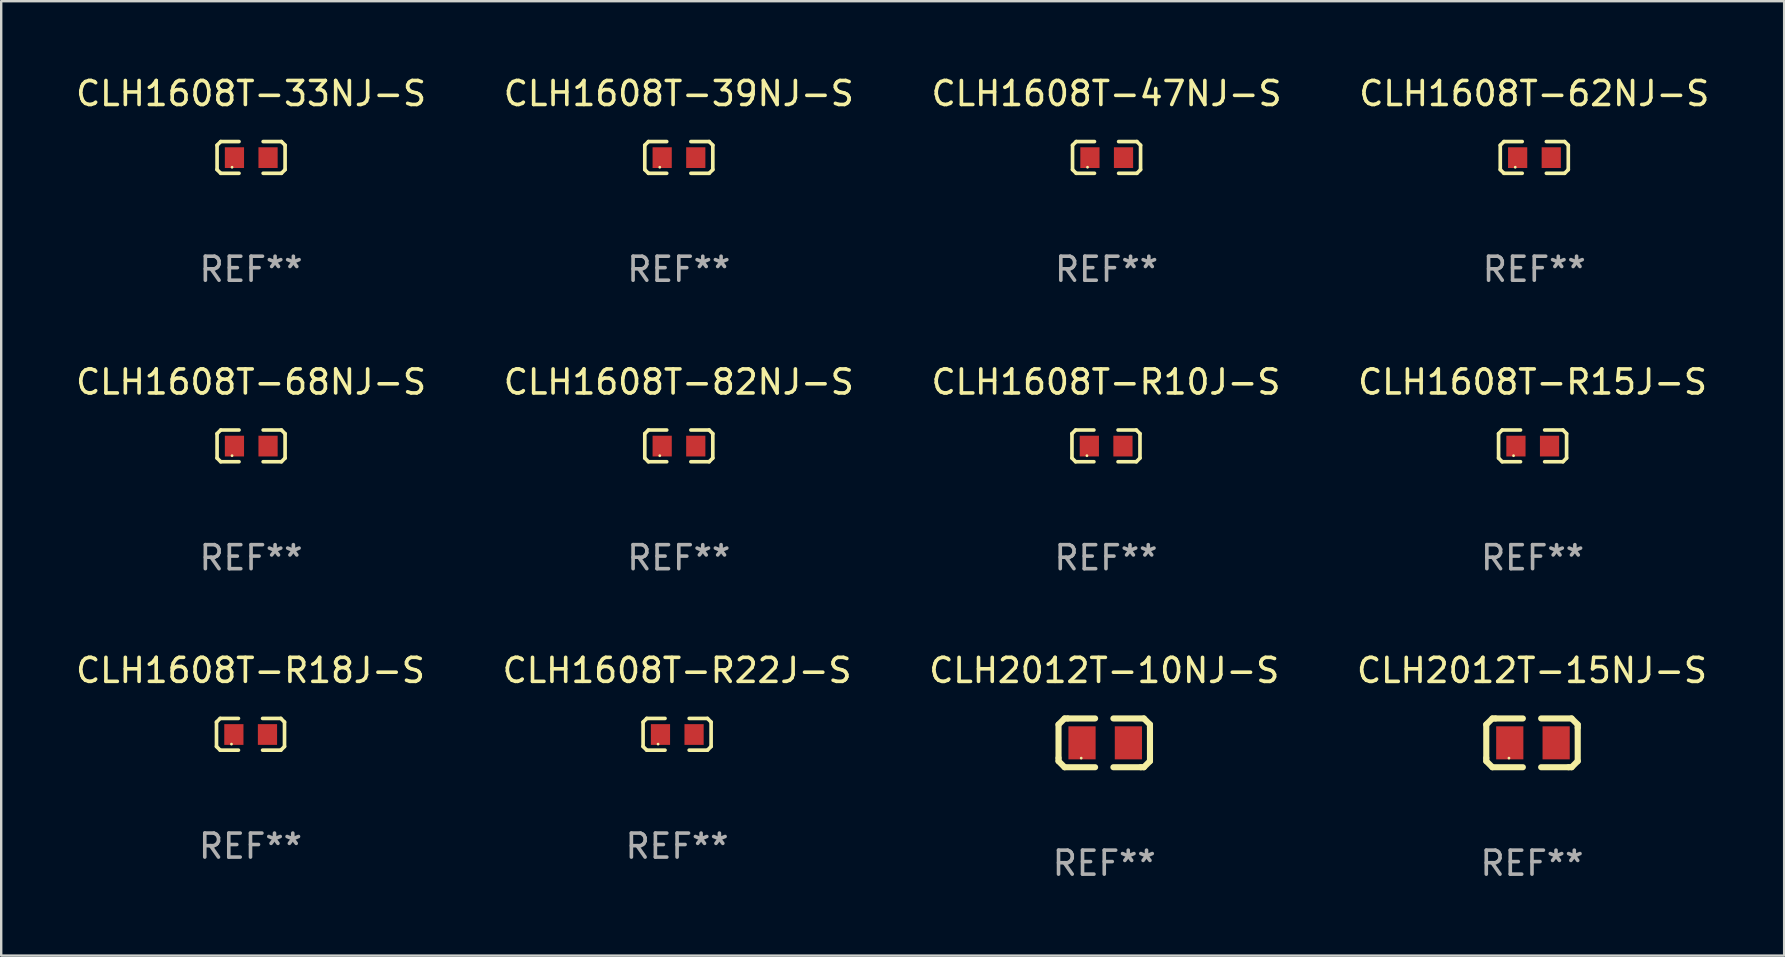
<source format=kicad_pcb>
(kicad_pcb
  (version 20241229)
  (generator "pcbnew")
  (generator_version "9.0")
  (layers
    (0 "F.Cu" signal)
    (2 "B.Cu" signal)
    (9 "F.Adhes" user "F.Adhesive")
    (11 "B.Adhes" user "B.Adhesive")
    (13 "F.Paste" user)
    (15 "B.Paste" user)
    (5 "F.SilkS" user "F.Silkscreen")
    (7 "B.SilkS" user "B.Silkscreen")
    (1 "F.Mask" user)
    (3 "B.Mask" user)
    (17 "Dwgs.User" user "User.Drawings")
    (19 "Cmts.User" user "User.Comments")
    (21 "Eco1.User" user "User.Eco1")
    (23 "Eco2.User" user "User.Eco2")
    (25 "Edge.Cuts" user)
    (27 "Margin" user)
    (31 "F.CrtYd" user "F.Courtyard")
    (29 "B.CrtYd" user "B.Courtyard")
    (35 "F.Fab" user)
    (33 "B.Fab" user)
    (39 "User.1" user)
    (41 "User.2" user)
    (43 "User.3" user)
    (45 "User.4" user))
  (footprint "CLH1608T-R15J-S"
    (layer "F.Cu")
    (at 60.804 15.527)
    (property "Reference" "CLH1608T-R15J-S" (at 0 -2.661 0) (layer "F.SilkS") (effects (font (size 1 1) (thickness 0.15))))
    (attr through_hole)
    (fp_line (start -1.417 -0.508) (end -1.265 -0.661) (stroke (width 0.152) (type solid)) (layer "F.SilkS"))
    (fp_line (start -1.417 0.508) (end -1.417 -0.508) (stroke (width 0.152) (type solid)) (layer "F.SilkS"))
    (fp_line (start -1.265 -0.661) (end -0.503 -0.661) (stroke (width 0.152) (type solid)) (layer "F.SilkS"))
    (fp_line (start -1.265 0.661) (end -1.417 0.508) (stroke (width 0.152) (type solid)) (layer "F.SilkS"))
    (fp_line (start -1.265 0.661) (end -0.503 0.661) (stroke (width 0.152) (type solid)) (layer "F.SilkS"))
    (fp_line (start 1.265 -0.661) (end 0.503 -0.661) (stroke (width 0.152) (type solid)) (layer "F.SilkS"))
    (fp_line (start 1.265 -0.661) (end 1.417 -0.508) (stroke (width 0.152) (type solid)) (layer "F.SilkS"))
    (fp_line (start 1.265 0.661) (end 0.503 0.661) (stroke (width 0.152) (type solid)) (layer "F.SilkS"))
    (fp_line (start 1.417 -0.508) (end 1.417 0.508) (stroke (width 0.152) (type solid)) (layer "F.SilkS"))
    (fp_line (start 1.417 0.508) (end 1.265 0.661) (stroke (width 0.152) (type solid)) (layer "F.SilkS"))
    (fp_circle (center -0.793 0.409) (end -0.763 0.409) (stroke (width 0.06) (type solid)) (fill no) (layer "F.SilkS"))
    (fp_text user "REF**" (at 0 4.661 0) (layer "F.Fab") (effects (font (size 1 1) (thickness 0.15))))
    (pad "1" smd rect (at -0.693 0.009 180) (size 0.8 0.864) (layers "F.Cu" "F.Mask" "F.Paste"))
    (pad "2" smd rect (at 0.707 0.009 180) (size 0.8 0.864) (layers "F.Cu" "F.Mask" "F.Paste")))
  (footprint "CLH2012T-15NJ-S"
    (layer "F.Cu")
    (at 60.78 27.9)
    (property "Reference" "CLH2012T-15NJ-S" (at 0 -3.016 0) (layer "F.SilkS") (effects (font (size 1 1) (thickness 0.15))))
    (attr through_hole)
    (fp_line (start -1.905 -0.762) (end -1.905 0.635) (stroke (width 0.254) (type solid)) (layer "F.SilkS"))
    (fp_line (start -1.905 0.635) (end -1.905 0.762) (stroke (width 0.254) (type solid)) (layer "F.SilkS"))
    (fp_line (start -1.905 0.762) (end -1.651 1.016) (stroke (width 0.254) (type solid)) (layer "F.SilkS"))
    (fp_line (start -1.651 -1.016) (end -1.905 -0.762) (stroke (width 0.254) (type solid)) (layer "F.SilkS"))
    (fp_line (start -1.651 1.016) (end -0.381 1.016) (stroke (width 0.254) (type solid)) (layer "F.SilkS"))
    (fp_line (start -1.524 -1.016) (end -1.651 -1.016) (stroke (width 0.254) (type solid)) (layer "F.SilkS"))
    (fp_line (start -0.381 -1.016) (end -1.524 -1.016) (stroke (width 0.254) (type solid)) (layer "F.SilkS"))
    (fp_line (start 0.381 1.016) (end 1.524 1.016) (stroke (width 0.254) (type solid)) (layer "F.SilkS"))
    (fp_line (start 1.524 1.016) (end 1.651 1.016) (stroke (width 0.254) (type solid)) (layer "F.SilkS"))
    (fp_line (start 1.651 -1.016) (end 0.381 -1.016) (stroke (width 0.254) (type solid)) (layer "F.SilkS"))
    (fp_line (start 1.651 1.016) (end 1.905 0.762) (stroke (width 0.254) (type solid)) (layer "F.SilkS"))
    (fp_line (start 1.905 -0.762) (end 1.651 -1.016) (stroke (width 0.254) (type solid)) (layer "F.SilkS"))
    (fp_line (start 1.905 -0.635) (end 1.905 -0.762) (stroke (width 0.254) (type solid)) (layer "F.SilkS"))
    (fp_line (start 1.905 0.762) (end 1.905 -0.635) (stroke (width 0.254) (type solid)) (layer "F.SilkS"))
    (fp_circle (center -0.96 0.637) (end -0.93 0.637) (stroke (width 0.06) (type solid)) (fill no) (layer "F.SilkS"))
    (fp_text user "REF**" (at 0 5.016 0) (layer "F.Fab") (effects (font (size 1 1) (thickness 0.15))))
    (pad "1" smd rect (at -0.926 -0.000051) (size 1.133 1.377) (layers "F.Cu" "F.Mask" "F.Paste"))
    (pad "2" smd rect (at 1.006 -0.000051) (size 1.133 1.377) (layers "F.Cu" "F.Mask" "F.Paste")))
  (footprint "CLH1608T-R22J-S"
    (layer "F.Cu")
    (at 25.161 27.544)
    (property "Reference" "CLH1608T-R22J-S" (at 0 -2.661 0) (layer "F.SilkS") (effects (font (size 1 1) (thickness 0.15))))
    (attr through_hole)
    (fp_line (start -1.417 -0.508) (end -1.265 -0.661) (stroke (width 0.152) (type solid)) (layer "F.SilkS"))
    (fp_line (start -1.417 0.508) (end -1.417 -0.508) (stroke (width 0.152) (type solid)) (layer "F.SilkS"))
    (fp_line (start -1.265 -0.661) (end -0.503 -0.661) (stroke (width 0.152) (type solid)) (layer "F.SilkS"))
    (fp_line (start -1.265 0.661) (end -1.417 0.508) (stroke (width 0.152) (type solid)) (layer "F.SilkS"))
    (fp_line (start -1.265 0.661) (end -0.503 0.661) (stroke (width 0.152) (type solid)) (layer "F.SilkS"))
    (fp_line (start 1.265 -0.661) (end 0.503 -0.661) (stroke (width 0.152) (type solid)) (layer "F.SilkS"))
    (fp_line (start 1.265 -0.661) (end 1.417 -0.508) (stroke (width 0.152) (type solid)) (layer "F.SilkS"))
    (fp_line (start 1.265 0.661) (end 0.503 0.661) (stroke (width 0.152) (type solid)) (layer "F.SilkS"))
    (fp_line (start 1.417 -0.508) (end 1.417 0.508) (stroke (width 0.152) (type solid)) (layer "F.SilkS"))
    (fp_line (start 1.417 0.508) (end 1.265 0.661) (stroke (width 0.152) (type solid)) (layer "F.SilkS"))
    (fp_circle (center -0.793 0.409) (end -0.763 0.409) (stroke (width 0.06) (type solid)) (fill no) (layer "F.SilkS"))
    (fp_text user "REF**" (at 0 4.661 0) (layer "F.Fab") (effects (font (size 1 1) (thickness 0.15))))
    (pad "1" smd rect (at -0.693 0.009 180) (size 0.8 0.864) (layers "F.Cu" "F.Mask" "F.Paste"))
    (pad "2" smd rect (at 0.707 0.009 180) (size 0.8 0.864) (layers "F.Cu" "F.Mask" "F.Paste")))
  (footprint "CLH1608T-33NJ-S"
    (layer "F.Cu")
    (at 7.411 3.509)
    (property "Reference" "CLH1608T-33NJ-S" (at 0 -2.661 0) (layer "F.SilkS") (effects (font (size 1 1) (thickness 0.15))))
    (attr through_hole)
    (fp_line (start -1.417 -0.508) (end -1.265 -0.661) (stroke (width 0.152) (type solid)) (layer "F.SilkS"))
    (fp_line (start -1.417 0.508) (end -1.417 -0.508) (stroke (width 0.152) (type solid)) (layer "F.SilkS"))
    (fp_line (start -1.265 -0.661) (end -0.503 -0.661) (stroke (width 0.152) (type solid)) (layer "F.SilkS"))
    (fp_line (start -1.265 0.661) (end -1.417 0.508) (stroke (width 0.152) (type solid)) (layer "F.SilkS"))
    (fp_line (start -1.265 0.661) (end -0.503 0.661) (stroke (width 0.152) (type solid)) (layer "F.SilkS"))
    (fp_line (start 1.265 -0.661) (end 0.503 -0.661) (stroke (width 0.152) (type solid)) (layer "F.SilkS"))
    (fp_line (start 1.265 -0.661) (end 1.417 -0.508) (stroke (width 0.152) (type solid)) (layer "F.SilkS"))
    (fp_line (start 1.265 0.661) (end 0.503 0.661) (stroke (width 0.152) (type solid)) (layer "F.SilkS"))
    (fp_line (start 1.417 -0.508) (end 1.417 0.508) (stroke (width 0.152) (type solid)) (layer "F.SilkS"))
    (fp_line (start 1.417 0.508) (end 1.265 0.661) (stroke (width 0.152) (type solid)) (layer "F.SilkS"))
    (fp_circle (center -0.793 0.409) (end -0.763 0.409) (stroke (width 0.06) (type solid)) (fill no) (layer "F.SilkS"))
    (fp_text user "REF**" (at 0 4.661 0) (layer "F.Fab") (effects (font (size 1 1) (thickness 0.15))))
    (pad "1" smd rect (at -0.693 0.009 180) (size 0.8 0.864) (layers "F.Cu" "F.Mask" "F.Paste"))
    (pad "2" smd rect (at 0.707 0.009 180) (size 0.8 0.864) (layers "F.Cu" "F.Mask" "F.Paste")))
  (footprint "CLH1608T-R18J-S"
    (layer "F.Cu")
    (at 7.387 27.544)
    (property "Reference" "CLH1608T-R18J-S" (at 0 -2.661 0) (layer "F.SilkS") (effects (font (size 1 1) (thickness 0.15))))
    (attr through_hole)
    (fp_line (start -1.417 -0.508) (end -1.265 -0.661) (stroke (width 0.152) (type solid)) (layer "F.SilkS"))
    (fp_line (start -1.417 0.508) (end -1.417 -0.508) (stroke (width 0.152) (type solid)) (layer "F.SilkS"))
    (fp_line (start -1.265 -0.661) (end -0.503 -0.661) (stroke (width 0.152) (type solid)) (layer "F.SilkS"))
    (fp_line (start -1.265 0.661) (end -1.417 0.508) (stroke (width 0.152) (type solid)) (layer "F.SilkS"))
    (fp_line (start -1.265 0.661) (end -0.503 0.661) (stroke (width 0.152) (type solid)) (layer "F.SilkS"))
    (fp_line (start 1.265 -0.661) (end 0.503 -0.661) (stroke (width 0.152) (type solid)) (layer "F.SilkS"))
    (fp_line (start 1.265 -0.661) (end 1.417 -0.508) (stroke (width 0.152) (type solid)) (layer "F.SilkS"))
    (fp_line (start 1.265 0.661) (end 0.503 0.661) (stroke (width 0.152) (type solid)) (layer "F.SilkS"))
    (fp_line (start 1.417 -0.508) (end 1.417 0.508) (stroke (width 0.152) (type solid)) (layer "F.SilkS"))
    (fp_line (start 1.417 0.508) (end 1.265 0.661) (stroke (width 0.152) (type solid)) (layer "F.SilkS"))
    (fp_circle (center -0.793 0.409) (end -0.763 0.409) (stroke (width 0.06) (type solid)) (fill no) (layer "F.SilkS"))
    (fp_text user "REF**" (at 0 4.661 0) (layer "F.Fab") (effects (font (size 1 1) (thickness 0.15))))
    (pad "1" smd rect (at -0.693 0.009 180) (size 0.8 0.864) (layers "F.Cu" "F.Mask" "F.Paste"))
    (pad "2" smd rect (at 0.707 0.009 180) (size 0.8 0.864) (layers "F.Cu" "F.Mask" "F.Paste")))
  (footprint "CLH1608T-62NJ-S"
    (layer "F.Cu")
    (at 60.875 3.509)
    (property "Reference" "CLH1608T-62NJ-S" (at 0 -2.661 0) (layer "F.SilkS") (effects (font (size 1 1) (thickness 0.15))))
    (attr through_hole)
    (fp_line (start -1.417 -0.508) (end -1.265 -0.661) (stroke (width 0.152) (type solid)) (layer "F.SilkS"))
    (fp_line (start -1.417 0.508) (end -1.417 -0.508) (stroke (width 0.152) (type solid)) (layer "F.SilkS"))
    (fp_line (start -1.265 -0.661) (end -0.503 -0.661) (stroke (width 0.152) (type solid)) (layer "F.SilkS"))
    (fp_line (start -1.265 0.661) (end -1.417 0.508) (stroke (width 0.152) (type solid)) (layer "F.SilkS"))
    (fp_line (start -1.265 0.661) (end -0.503 0.661) (stroke (width 0.152) (type solid)) (layer "F.SilkS"))
    (fp_line (start 1.265 -0.661) (end 0.503 -0.661) (stroke (width 0.152) (type solid)) (layer "F.SilkS"))
    (fp_line (start 1.265 -0.661) (end 1.417 -0.508) (stroke (width 0.152) (type solid)) (layer "F.SilkS"))
    (fp_line (start 1.265 0.661) (end 0.503 0.661) (stroke (width 0.152) (type solid)) (layer "F.SilkS"))
    (fp_line (start 1.417 -0.508) (end 1.417 0.508) (stroke (width 0.152) (type solid)) (layer "F.SilkS"))
    (fp_line (start 1.417 0.508) (end 1.265 0.661) (stroke (width 0.152) (type solid)) (layer "F.SilkS"))
    (fp_circle (center -0.793 0.409) (end -0.763 0.409) (stroke (width 0.06) (type solid)) (fill no) (layer "F.SilkS"))
    (fp_text user "REF**" (at 0 4.661 0) (layer "F.Fab") (effects (font (size 1 1) (thickness 0.15))))
    (pad "1" smd rect (at -0.693 0.009 180) (size 0.8 0.864) (layers "F.Cu" "F.Mask" "F.Paste"))
    (pad "2" smd rect (at 0.707 0.009 180) (size 0.8 0.864) (layers "F.Cu" "F.Mask" "F.Paste")))
  (footprint "CLH1608T-R10J-S"
    (layer "F.Cu")
    (at 43.03 15.527)
    (property "Reference" "CLH1608T-R10J-S" (at 0 -2.661 0) (layer "F.SilkS") (effects (font (size 1 1) (thickness 0.15))))
    (attr through_hole)
    (fp_line (start -1.417 -0.508) (end -1.265 -0.661) (stroke (width 0.152) (type solid)) (layer "F.SilkS"))
    (fp_line (start -1.417 0.508) (end -1.417 -0.508) (stroke (width 0.152) (type solid)) (layer "F.SilkS"))
    (fp_line (start -1.265 -0.661) (end -0.503 -0.661) (stroke (width 0.152) (type solid)) (layer "F.SilkS"))
    (fp_line (start -1.265 0.661) (end -1.417 0.508) (stroke (width 0.152) (type solid)) (layer "F.SilkS"))
    (fp_line (start -1.265 0.661) (end -0.503 0.661) (stroke (width 0.152) (type solid)) (layer "F.SilkS"))
    (fp_line (start 1.265 -0.661) (end 0.503 -0.661) (stroke (width 0.152) (type solid)) (layer "F.SilkS"))
    (fp_line (start 1.265 -0.661) (end 1.417 -0.508) (stroke (width 0.152) (type solid)) (layer "F.SilkS"))
    (fp_line (start 1.265 0.661) (end 0.503 0.661) (stroke (width 0.152) (type solid)) (layer "F.SilkS"))
    (fp_line (start 1.417 -0.508) (end 1.417 0.508) (stroke (width 0.152) (type solid)) (layer "F.SilkS"))
    (fp_line (start 1.417 0.508) (end 1.265 0.661) (stroke (width 0.152) (type solid)) (layer "F.SilkS"))
    (fp_circle (center -0.793 0.409) (end -0.763 0.409) (stroke (width 0.06) (type solid)) (fill no) (layer "F.SilkS"))
    (fp_text user "REF**" (at 0 4.661 0) (layer "F.Fab") (effects (font (size 1 1) (thickness 0.15))))
    (pad "1" smd rect (at -0.693 0.009 180) (size 0.8 0.864) (layers "F.Cu" "F.Mask" "F.Paste"))
    (pad "2" smd rect (at 0.707 0.009 180) (size 0.8 0.864) (layers "F.Cu" "F.Mask" "F.Paste")))
  (footprint "CLH1608T-68NJ-S"
    (layer "F.Cu")
    (at 7.411 15.527)
    (property "Reference" "CLH1608T-68NJ-S" (at 0 -2.661 0) (layer "F.SilkS") (effects (font (size 1 1) (thickness 0.15))))
    (attr through_hole)
    (fp_line (start -1.417 -0.508) (end -1.265 -0.661) (stroke (width 0.152) (type solid)) (layer "F.SilkS"))
    (fp_line (start -1.417 0.508) (end -1.417 -0.508) (stroke (width 0.152) (type solid)) (layer "F.SilkS"))
    (fp_line (start -1.265 -0.661) (end -0.503 -0.661) (stroke (width 0.152) (type solid)) (layer "F.SilkS"))
    (fp_line (start -1.265 0.661) (end -1.417 0.508) (stroke (width 0.152) (type solid)) (layer "F.SilkS"))
    (fp_line (start -1.265 0.661) (end -0.503 0.661) (stroke (width 0.152) (type solid)) (layer "F.SilkS"))
    (fp_line (start 1.265 -0.661) (end 0.503 -0.661) (stroke (width 0.152) (type solid)) (layer "F.SilkS"))
    (fp_line (start 1.265 -0.661) (end 1.417 -0.508) (stroke (width 0.152) (type solid)) (layer "F.SilkS"))
    (fp_line (start 1.265 0.661) (end 0.503 0.661) (stroke (width 0.152) (type solid)) (layer "F.SilkS"))
    (fp_line (start 1.417 -0.508) (end 1.417 0.508) (stroke (width 0.152) (type solid)) (layer "F.SilkS"))
    (fp_line (start 1.417 0.508) (end 1.265 0.661) (stroke (width 0.152) (type solid)) (layer "F.SilkS"))
    (fp_circle (center -0.793 0.409) (end -0.763 0.409) (stroke (width 0.06) (type solid)) (fill no) (layer "F.SilkS"))
    (fp_text user "REF**" (at 0 4.661 0) (layer "F.Fab") (effects (font (size 1 1) (thickness 0.15))))
    (pad "1" smd rect (at -0.693 0.009 180) (size 0.8 0.864) (layers "F.Cu" "F.Mask" "F.Paste"))
    (pad "2" smd rect (at 0.707 0.009 180) (size 0.8 0.864) (layers "F.Cu" "F.Mask" "F.Paste")))
  (footprint "CLH1608T-82NJ-S"
    (layer "F.Cu")
    (at 25.232 15.527)
    (property "Reference" "CLH1608T-82NJ-S" (at 0 -2.661 0) (layer "F.SilkS") (effects (font (size 1 1) (thickness 0.15))))
    (attr through_hole)
    (fp_line (start -1.417 -0.508) (end -1.265 -0.661) (stroke (width 0.152) (type solid)) (layer "F.SilkS"))
    (fp_line (start -1.417 0.508) (end -1.417 -0.508) (stroke (width 0.152) (type solid)) (layer "F.SilkS"))
    (fp_line (start -1.265 -0.661) (end -0.503 -0.661) (stroke (width 0.152) (type solid)) (layer "F.SilkS"))
    (fp_line (start -1.265 0.661) (end -1.417 0.508) (stroke (width 0.152) (type solid)) (layer "F.SilkS"))
    (fp_line (start -1.265 0.661) (end -0.503 0.661) (stroke (width 0.152) (type solid)) (layer "F.SilkS"))
    (fp_line (start 1.265 -0.661) (end 0.503 -0.661) (stroke (width 0.152) (type solid)) (layer "F.SilkS"))
    (fp_line (start 1.265 -0.661) (end 1.417 -0.508) (stroke (width 0.152) (type solid)) (layer "F.SilkS"))
    (fp_line (start 1.265 0.661) (end 0.503 0.661) (stroke (width 0.152) (type solid)) (layer "F.SilkS"))
    (fp_line (start 1.417 -0.508) (end 1.417 0.508) (stroke (width 0.152) (type solid)) (layer "F.SilkS"))
    (fp_line (start 1.417 0.508) (end 1.265 0.661) (stroke (width 0.152) (type solid)) (layer "F.SilkS"))
    (fp_circle (center -0.793 0.409) (end -0.763 0.409) (stroke (width 0.06) (type solid)) (fill no) (layer "F.SilkS"))
    (fp_text user "REF**" (at 0 4.661 0) (layer "F.Fab") (effects (font (size 1 1) (thickness 0.15))))
    (pad "1" smd rect (at -0.693 0.009 180) (size 0.8 0.864) (layers "F.Cu" "F.Mask" "F.Paste"))
    (pad "2" smd rect (at 0.707 0.009 180) (size 0.8 0.864) (layers "F.Cu" "F.Mask" "F.Paste")))
  (footprint "CLH1608T-39NJ-S"
    (layer "F.Cu")
    (at 25.232 3.509)
    (property "Reference" "CLH1608T-39NJ-S" (at 0 -2.661 0) (layer "F.SilkS") (effects (font (size 1 1) (thickness 0.15))))
    (attr through_hole)
    (fp_line (start -1.417 -0.508) (end -1.265 -0.661) (stroke (width 0.152) (type solid)) (layer "F.SilkS"))
    (fp_line (start -1.417 0.508) (end -1.417 -0.508) (stroke (width 0.152) (type solid)) (layer "F.SilkS"))
    (fp_line (start -1.265 -0.661) (end -0.503 -0.661) (stroke (width 0.152) (type solid)) (layer "F.SilkS"))
    (fp_line (start -1.265 0.661) (end -1.417 0.508) (stroke (width 0.152) (type solid)) (layer "F.SilkS"))
    (fp_line (start -1.265 0.661) (end -0.503 0.661) (stroke (width 0.152) (type solid)) (layer "F.SilkS"))
    (fp_line (start 1.265 -0.661) (end 0.503 -0.661) (stroke (width 0.152) (type solid)) (layer "F.SilkS"))
    (fp_line (start 1.265 -0.661) (end 1.417 -0.508) (stroke (width 0.152) (type solid)) (layer "F.SilkS"))
    (fp_line (start 1.265 0.661) (end 0.503 0.661) (stroke (width 0.152) (type solid)) (layer "F.SilkS"))
    (fp_line (start 1.417 -0.508) (end 1.417 0.508) (stroke (width 0.152) (type solid)) (layer "F.SilkS"))
    (fp_line (start 1.417 0.508) (end 1.265 0.661) (stroke (width 0.152) (type solid)) (layer "F.SilkS"))
    (fp_circle (center -0.793 0.409) (end -0.763 0.409) (stroke (width 0.06) (type solid)) (fill no) (layer "F.SilkS"))
    (fp_text user "REF**" (at 0 4.661 0) (layer "F.Fab") (effects (font (size 1 1) (thickness 0.15))))
    (pad "1" smd rect (at -0.693 0.009 180) (size 0.8 0.864) (layers "F.Cu" "F.Mask" "F.Paste"))
    (pad "2" smd rect (at 0.707 0.009 180) (size 0.8 0.864) (layers "F.Cu" "F.Mask" "F.Paste")))
  (footprint "CLH1608T-47NJ-S"
    (layer "F.Cu")
    (at 43.054 3.509)
    (property "Reference" "CLH1608T-47NJ-S" (at 0 -2.661 0) (layer "F.SilkS") (effects (font (size 1 1) (thickness 0.15))))
    (attr through_hole)
    (fp_line (start -1.417 -0.508) (end -1.265 -0.661) (stroke (width 0.152) (type solid)) (layer "F.SilkS"))
    (fp_line (start -1.417 0.508) (end -1.417 -0.508) (stroke (width 0.152) (type solid)) (layer "F.SilkS"))
    (fp_line (start -1.265 -0.661) (end -0.503 -0.661) (stroke (width 0.152) (type solid)) (layer "F.SilkS"))
    (fp_line (start -1.265 0.661) (end -1.417 0.508) (stroke (width 0.152) (type solid)) (layer "F.SilkS"))
    (fp_line (start -1.265 0.661) (end -0.503 0.661) (stroke (width 0.152) (type solid)) (layer "F.SilkS"))
    (fp_line (start 1.265 -0.661) (end 0.503 -0.661) (stroke (width 0.152) (type solid)) (layer "F.SilkS"))
    (fp_line (start 1.265 -0.661) (end 1.417 -0.508) (stroke (width 0.152) (type solid)) (layer "F.SilkS"))
    (fp_line (start 1.265 0.661) (end 0.503 0.661) (stroke (width 0.152) (type solid)) (layer "F.SilkS"))
    (fp_line (start 1.417 -0.508) (end 1.417 0.508) (stroke (width 0.152) (type solid)) (layer "F.SilkS"))
    (fp_line (start 1.417 0.508) (end 1.265 0.661) (stroke (width 0.152) (type solid)) (layer "F.SilkS"))
    (fp_circle (center -0.793 0.409) (end -0.763 0.409) (stroke (width 0.06) (type solid)) (fill no) (layer "F.SilkS"))
    (fp_text user "REF**" (at 0 4.661 0) (layer "F.Fab") (effects (font (size 1 1) (thickness 0.15))))
    (pad "1" smd rect (at -0.693 0.009 180) (size 0.8 0.864) (layers "F.Cu" "F.Mask" "F.Paste"))
    (pad "2" smd rect (at 0.707 0.009 180) (size 0.8 0.864) (layers "F.Cu" "F.Mask" "F.Paste")))
  (footprint "CLH2012T-10NJ-S"
    (layer "F.Cu")
    (at 42.958 27.9)
    (property "Reference" "CLH2012T-10NJ-S" (at 0 -3.016 0) (layer "F.SilkS") (effects (font (size 1 1) (thickness 0.15))))
    (attr through_hole)
    (fp_line (start -1.905 -0.762) (end -1.905 0.635) (stroke (width 0.254) (type solid)) (layer "F.SilkS"))
    (fp_line (start -1.905 0.635) (end -1.905 0.762) (stroke (width 0.254) (type solid)) (layer "F.SilkS"))
    (fp_line (start -1.905 0.762) (end -1.651 1.016) (stroke (width 0.254) (type solid)) (layer "F.SilkS"))
    (fp_line (start -1.651 -1.016) (end -1.905 -0.762) (stroke (width 0.254) (type solid)) (layer "F.SilkS"))
    (fp_line (start -1.651 1.016) (end -0.381 1.016) (stroke (width 0.254) (type solid)) (layer "F.SilkS"))
    (fp_line (start -1.524 -1.016) (end -1.651 -1.016) (stroke (width 0.254) (type solid)) (layer "F.SilkS"))
    (fp_line (start -0.381 -1.016) (end -1.524 -1.016) (stroke (width 0.254) (type solid)) (layer "F.SilkS"))
    (fp_line (start 0.381 1.016) (end 1.524 1.016) (stroke (width 0.254) (type solid)) (layer "F.SilkS"))
    (fp_line (start 1.524 1.016) (end 1.651 1.016) (stroke (width 0.254) (type solid)) (layer "F.SilkS"))
    (fp_line (start 1.651 -1.016) (end 0.381 -1.016) (stroke (width 0.254) (type solid)) (layer "F.SilkS"))
    (fp_line (start 1.651 1.016) (end 1.905 0.762) (stroke (width 0.254) (type solid)) (layer "F.SilkS"))
    (fp_line (start 1.905 -0.762) (end 1.651 -1.016) (stroke (width 0.254) (type solid)) (layer "F.SilkS"))
    (fp_line (start 1.905 -0.635) (end 1.905 -0.762) (stroke (width 0.254) (type solid)) (layer "F.SilkS"))
    (fp_line (start 1.905 0.762) (end 1.905 -0.635) (stroke (width 0.254) (type solid)) (layer "F.SilkS"))
    (fp_circle (center -0.96 0.637) (end -0.93 0.637) (stroke (width 0.06) (type solid)) (fill no) (layer "F.SilkS"))
    (fp_text user "REF**" (at 0 5.016 0) (layer "F.Fab") (effects (font (size 1 1) (thickness 0.15))))
    (pad "1" smd rect (at -0.926 -0.000051) (size 1.133 1.377) (layers "F.Cu" "F.Mask" "F.Paste"))
    (pad "2" smd rect (at 1.006 -0.000051) (size 1.133 1.377) (layers "F.Cu" "F.Mask" "F.Paste")))
  (gr_rect
    (start -3 -3)
    (end 71.286 36.764)
    (stroke (width 0.1) (type default))
    (fill no)
    (layer "Edge.Cuts")))
</source>
